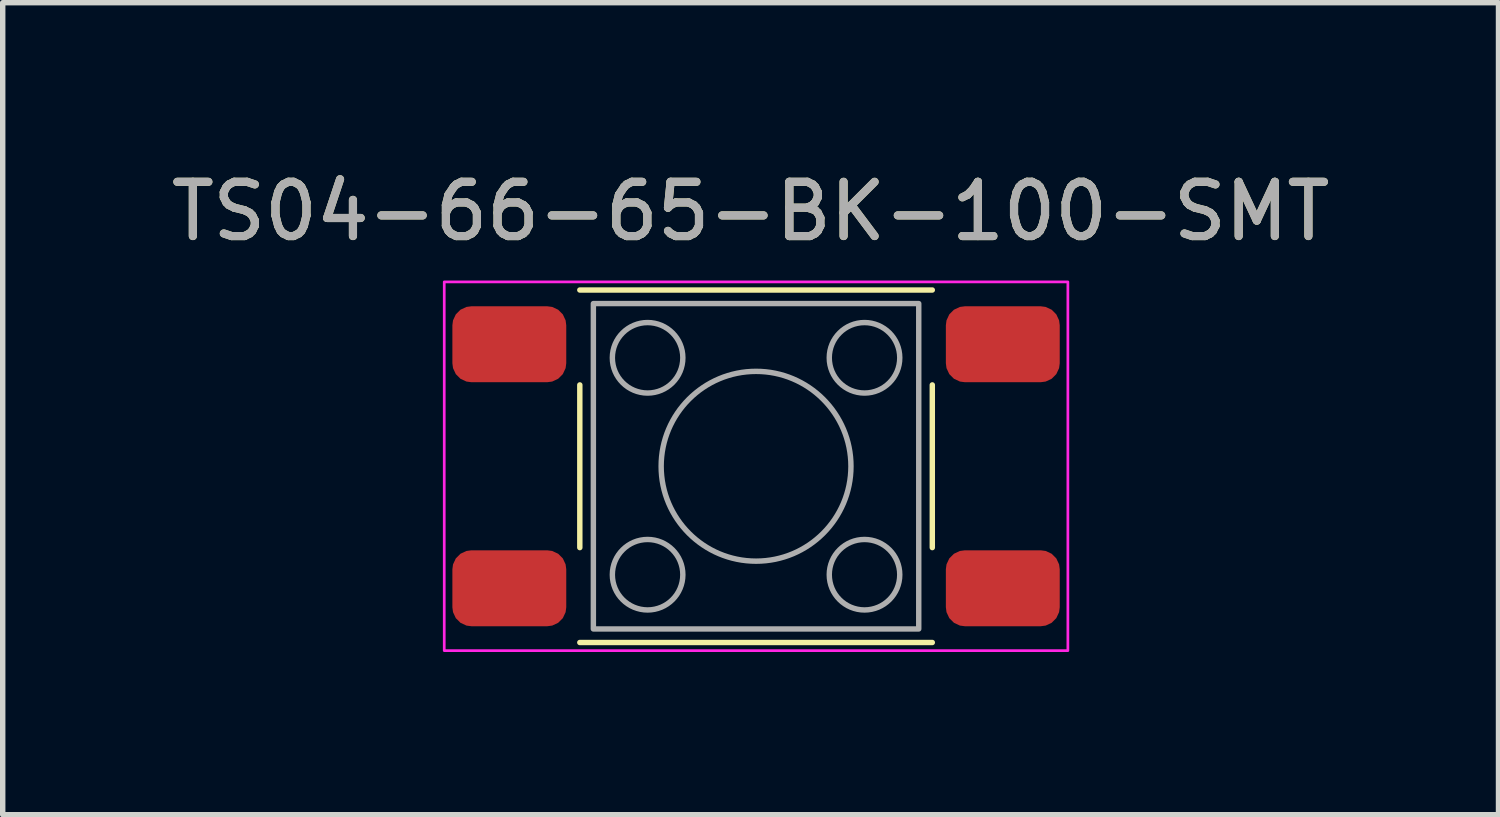
<source format=kicad_pcb>
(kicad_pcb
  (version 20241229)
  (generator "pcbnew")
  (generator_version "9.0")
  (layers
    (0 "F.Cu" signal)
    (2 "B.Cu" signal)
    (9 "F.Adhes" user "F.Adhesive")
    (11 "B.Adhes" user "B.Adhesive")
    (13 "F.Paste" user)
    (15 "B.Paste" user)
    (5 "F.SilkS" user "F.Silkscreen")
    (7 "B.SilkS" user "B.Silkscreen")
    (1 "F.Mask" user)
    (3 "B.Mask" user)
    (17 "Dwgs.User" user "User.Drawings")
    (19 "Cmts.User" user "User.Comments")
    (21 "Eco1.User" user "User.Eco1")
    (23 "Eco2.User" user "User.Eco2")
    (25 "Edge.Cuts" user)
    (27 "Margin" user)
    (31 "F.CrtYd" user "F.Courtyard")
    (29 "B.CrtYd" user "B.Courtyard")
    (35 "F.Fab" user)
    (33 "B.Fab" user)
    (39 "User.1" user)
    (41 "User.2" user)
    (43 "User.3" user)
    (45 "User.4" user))
  (footprint "TS04-66-65-BK-100-SMT"
    (layer "F.Cu")
    (at 10.892 5.548)
    (property "Reference" "TS04-66-65-BK-100-SMT" (at -0.1 -4.7 0) (layer "F.SilkS") (effects (font (size 1 1) (thickness 0.15))))
    (attr smd)
    (fp_line (start -3.25 -3.25) (end 3.25 -3.25) (stroke (width 0.1) (type default)) (layer "F.SilkS"))
    (fp_line (start -3.25 1.5) (end -3.25 -1.5) (stroke (width 0.1) (type default)) (layer "F.SilkS"))
    (fp_line (start -3.25 3.25) (end 3.25 3.25) (stroke (width 0.1) (type default)) (layer "F.SilkS"))
    (fp_line (start 3.25 1.5) (end 3.25 -1.5) (stroke (width 0.1) (type default)) (layer "F.SilkS"))
    (fp_rect (start -5.75 -3.4) (end 5.75 3.4) (stroke (width 0.05) (type solid)) (fill no) (layer "F.CrtYd"))
    (fp_rect (start -3 -3) (end 3 3) (stroke (width 0.1) (type solid)) (fill no) (layer "F.Fab"))
    (fp_circle (center -2 -2) (end -2 -2.65) (stroke (width 0.1) (type solid)) (fill no) (layer "F.Fab"))
    (fp_circle (center -2 2) (end -2 1.35) (stroke (width 0.1) (type solid)) (fill no) (layer "F.Fab"))
    (fp_circle (center 0 0) (end 1.75 0) (stroke (width 0.1) (type solid)) (fill no) (layer "F.Fab"))
    (fp_circle (center 2 -2) (end 2 -2.65) (stroke (width 0.1) (type solid)) (fill no) (layer "F.Fab"))
    (fp_circle (center 2 2) (end 2 1.35) (stroke (width 0.1) (type solid)) (fill no) (layer "F.Fab"))
    (fp_text user "${REFERENCE}" (at -0.1 -4.7 0) (layer "F.Fab") (effects (font (size 1 1) (thickness 0.15))))
    (pad "1" smd roundrect (at -4.55 -2.25) (size 2.1 1.4) (layers "F.Cu" "F.Mask" "F.Paste") (roundrect_rratio 0.25))
    (pad "2" smd roundrect (at -4.55 2.25) (size 2.1 1.4) (layers "F.Cu" "F.Mask" "F.Paste") (roundrect_rratio 0.25))
    (pad "3" smd roundrect (at 4.55 -2.25) (size 2.1 1.4) (layers "F.Cu" "F.Mask" "F.Paste") (roundrect_rratio 0.25))
    (pad "4" smd roundrect (at 4.55 2.25) (size 2.1 1.4) (layers "F.Cu" "F.Mask" "F.Paste") (roundrect_rratio 0.25)))
  (gr_rect
    (start -3 -3)
    (end 24.583 11.973)
    (stroke (width 0.1) (type default))
    (fill no)
    (layer "Edge.Cuts")))
</source>
